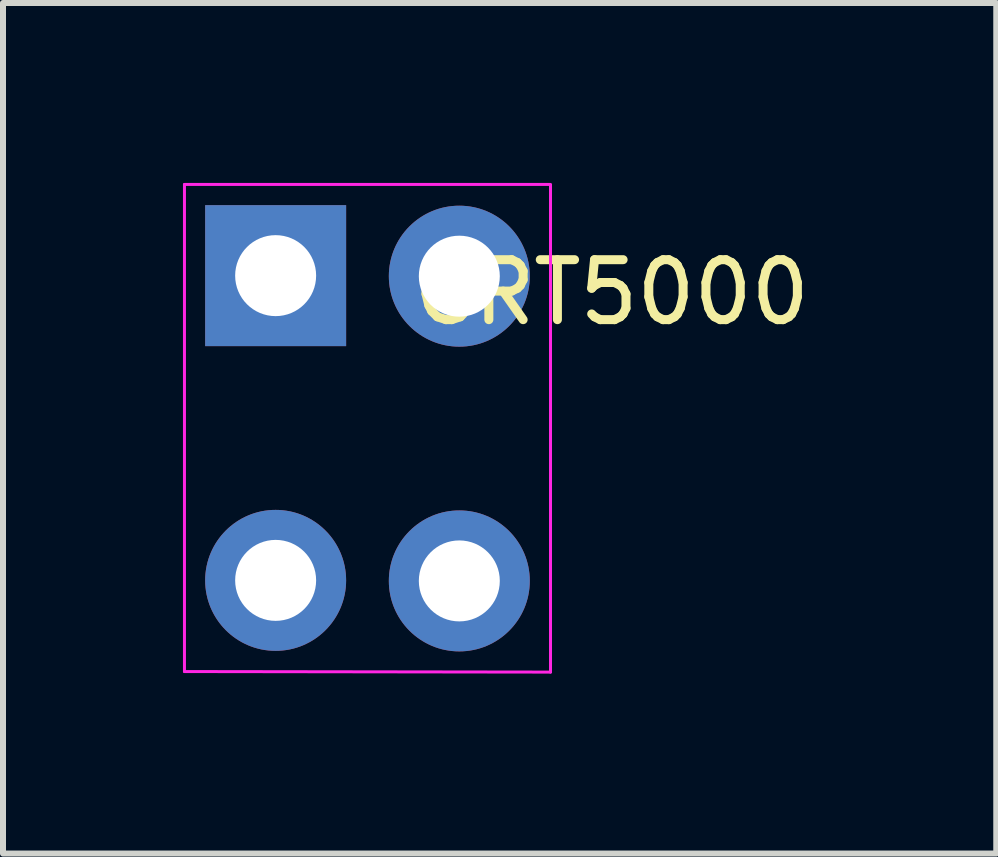
<source format=kicad_pcb>
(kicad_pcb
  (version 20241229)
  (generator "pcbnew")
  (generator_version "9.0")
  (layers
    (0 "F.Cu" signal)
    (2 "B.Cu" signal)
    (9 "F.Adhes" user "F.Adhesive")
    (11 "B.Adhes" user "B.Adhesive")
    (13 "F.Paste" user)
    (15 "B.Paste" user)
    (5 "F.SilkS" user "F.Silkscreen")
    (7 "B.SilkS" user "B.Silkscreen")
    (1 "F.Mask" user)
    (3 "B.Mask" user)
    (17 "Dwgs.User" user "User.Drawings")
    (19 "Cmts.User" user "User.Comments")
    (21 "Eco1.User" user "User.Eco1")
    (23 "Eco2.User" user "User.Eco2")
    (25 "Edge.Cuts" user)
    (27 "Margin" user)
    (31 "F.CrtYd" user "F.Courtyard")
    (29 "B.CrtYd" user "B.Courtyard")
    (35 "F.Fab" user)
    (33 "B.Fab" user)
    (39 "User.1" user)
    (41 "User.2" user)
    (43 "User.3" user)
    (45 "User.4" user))
  (footprint "CRT5000"
    (layer "F.Cu")
    (at 4.607 4.094)
    (property "Reference" "CRT5000" (at 2.54 -2.27 0) (layer "F.SilkS") (effects (font (size 1 1) (thickness 0.15))))
    (attr through_hole)
    (fp_line (start -4.582 -4.069) (end -4.582 4.051) (stroke (width 0.05) (type solid)) (layer "F.CrtYd"))
    (fp_line (start -4.582 4.051) (end 1.52 4.06) (stroke (width 0.05) (type solid)) (layer "F.CrtYd"))
    (fp_line (start 1.52 -4.069) (end -4.582 -4.069) (stroke (width 0.05) (type solid)) (layer "F.CrtYd"))
    (fp_line (start 1.52 4.06) (end 1.52 -4.06) (stroke (width 0.05) (type solid)) (layer "F.CrtYd"))
    (pad "1" thru_hole rect (at -3.062 -2.549) (size 2.35 2.35) (drill 1.35) (layers "*.Cu" "*.Mask"))
    (pad "2" thru_hole circle (at -3.062 2.531) (size 2.35 2.35) (drill 1.35) (layers "*.Cu" "*.Mask"))
    (pad "3" thru_hole circle (at 0 2.54) (size 2.35 2.35) (drill 1.35) (layers "*.Cu" "*.Mask"))
    (pad "4" thru_hole circle (at 0 -2.54) (size 2.35 2.35) (drill 1.35) (layers "*.Cu" "*.Mask")))
  (gr_rect
    (start -3 -3)
    (end 13.558 11.179)
    (stroke (width 0.1) (type default))
    (fill no)
    (layer "Edge.Cuts")))
</source>
